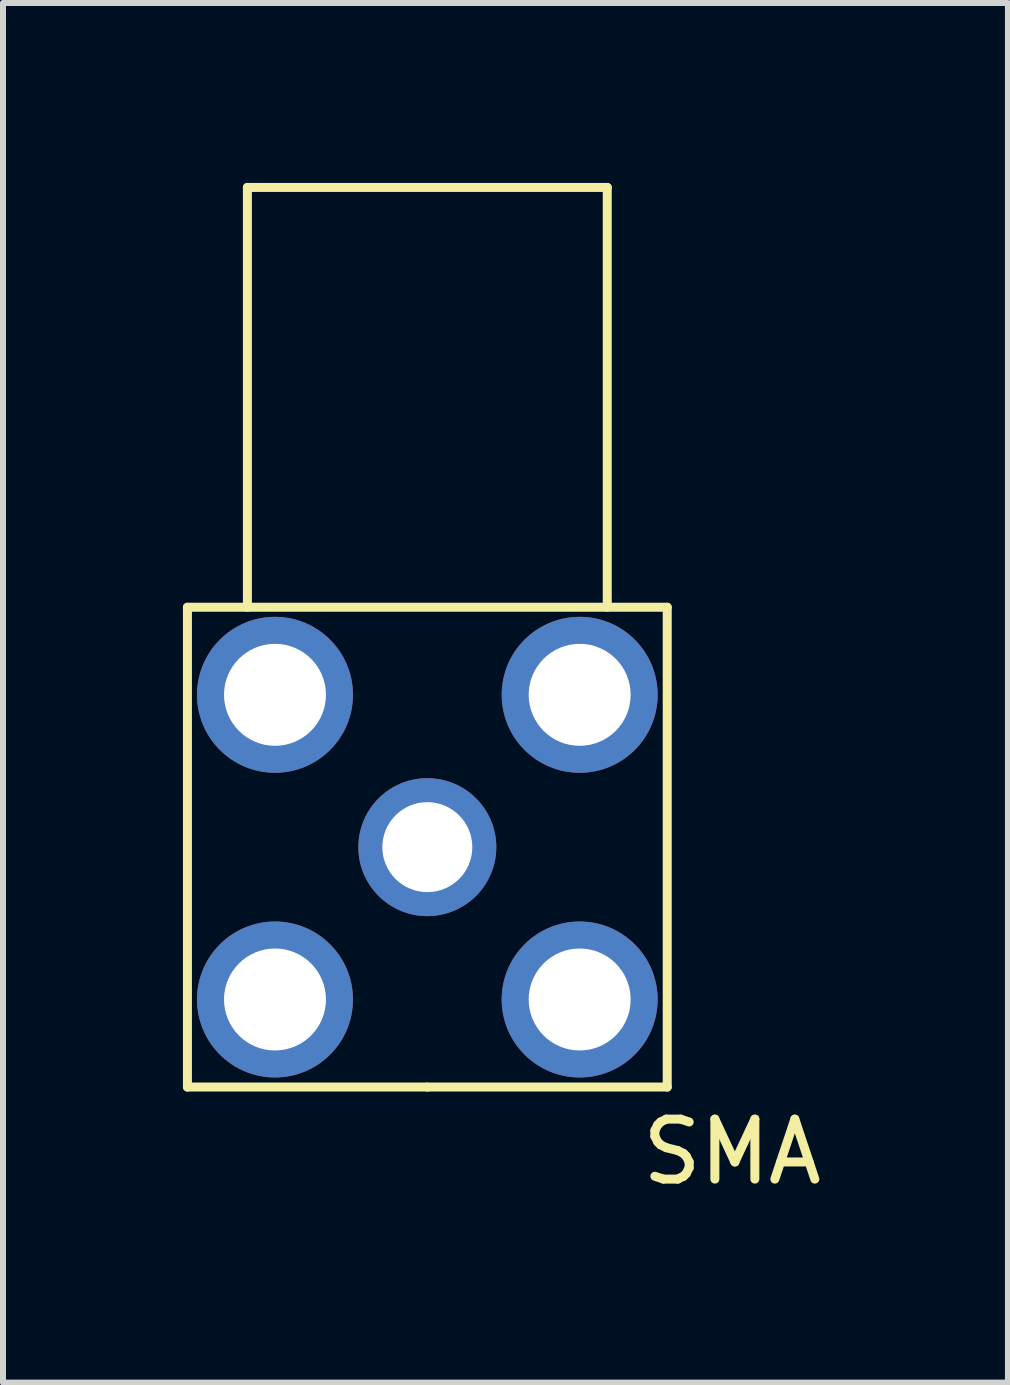
<source format=kicad_pcb>
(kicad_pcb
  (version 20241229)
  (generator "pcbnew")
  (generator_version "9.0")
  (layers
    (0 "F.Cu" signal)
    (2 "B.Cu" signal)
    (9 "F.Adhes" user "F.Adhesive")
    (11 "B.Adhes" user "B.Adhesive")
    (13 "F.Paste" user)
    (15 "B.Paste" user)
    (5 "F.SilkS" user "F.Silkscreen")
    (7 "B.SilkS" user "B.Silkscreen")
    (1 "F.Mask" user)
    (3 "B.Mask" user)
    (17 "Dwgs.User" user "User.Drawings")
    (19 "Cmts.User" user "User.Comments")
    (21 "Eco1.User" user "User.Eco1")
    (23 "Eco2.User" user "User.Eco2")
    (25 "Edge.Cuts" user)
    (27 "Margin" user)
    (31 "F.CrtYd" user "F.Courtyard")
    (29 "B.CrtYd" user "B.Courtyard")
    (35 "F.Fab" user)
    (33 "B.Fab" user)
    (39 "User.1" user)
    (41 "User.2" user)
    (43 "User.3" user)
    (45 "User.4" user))
  (footprint "SMA"
    (layer "F.Cu")
    (at 4.075 11.075)
    (property "Reference" "SMA" (at 5.08 5.08 0) (layer "F.SilkS") (effects (font (size 1 1) (thickness 0.15))))
    (attr through_hole)
    (fp_line (start -4 -4) (end -4 4) (stroke (width 0.15) (type solid)) (layer "F.SilkS"))
    (fp_line (start -4 4) (end 0 4) (stroke (width 0.15) (type solid)) (layer "F.SilkS"))
    (fp_line (start -3 -11) (end 3 -11) (stroke (width 0.15) (type solid)) (layer "F.SilkS"))
    (fp_line (start -3 -4) (end -3 -11) (stroke (width 0.15) (type solid)) (layer "F.SilkS"))
    (fp_line (start 0 4) (end 4 4) (stroke (width 0.15) (type solid)) (layer "F.SilkS"))
    (fp_line (start 3 -11) (end 3 -4) (stroke (width 0.15) (type solid)) (layer "F.SilkS"))
    (fp_line (start 4 -4) (end -4 -4) (stroke (width 0.15) (type solid)) (layer "F.SilkS"))
    (fp_line (start 4 4) (end 4 -4) (stroke (width 0.15) (type solid)) (layer "F.SilkS"))
    (pad "1" thru_hole circle (at 0 0) (size 2.3 2.3) (drill 1.5) (layers "*.Cu" "*.Mask"))
    (pad "2" thru_hole circle (at -2.54 -2.54) (size 2.6 2.6) (drill 1.7) (layers "*.Cu" "*.Mask"))
    (pad "2" thru_hole circle (at -2.54 2.54) (size 2.6 2.6) (drill 1.7) (layers "*.Cu" "*.Mask"))
    (pad "2" thru_hole circle (at 2.54 -2.54) (size 2.6 2.6) (drill 1.7) (layers "*.Cu" "*.Mask"))
    (pad "2" thru_hole circle (at 2.54 2.54) (size 2.6 2.6) (drill 1.7) (layers "*.Cu" "*.Mask")))
  (gr_rect
    (start -3 -3)
    (end 13.756 20.003)
    (stroke (width 0.1) (type default))
    (fill no)
    (layer "Edge.Cuts")))
</source>
